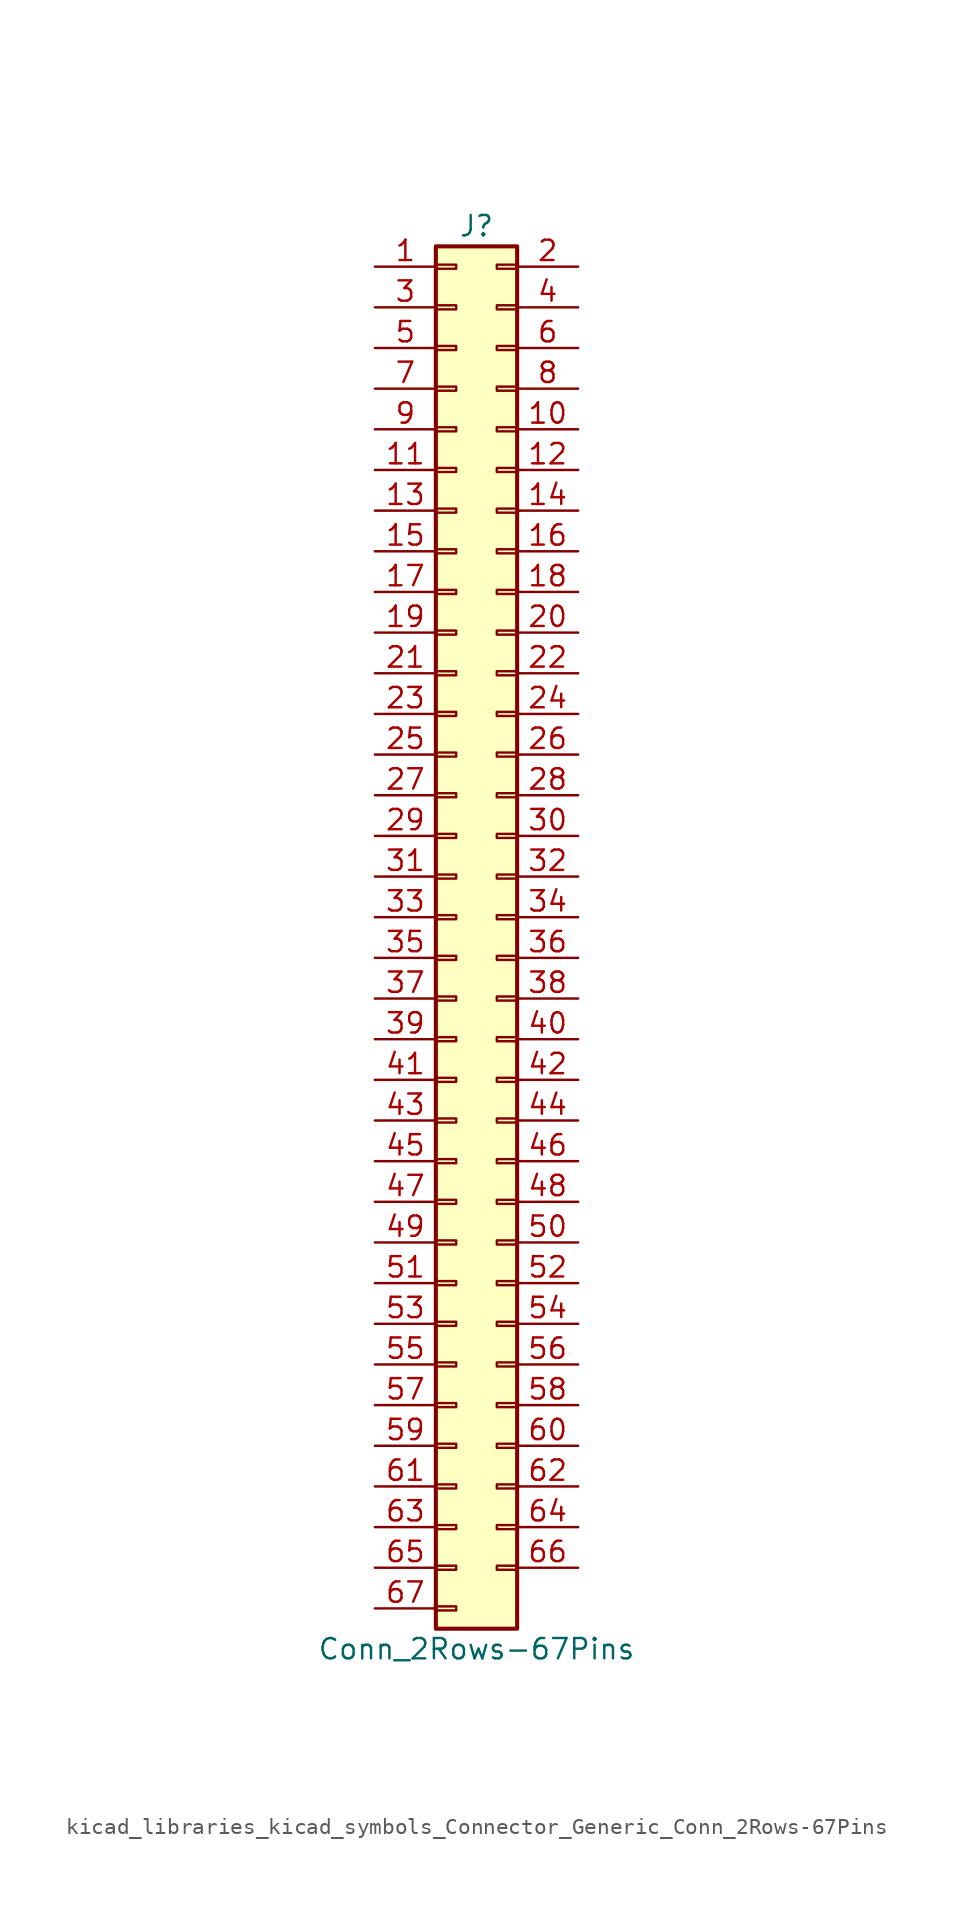
<source format=kicad_sym>
(kicad_symbol_lib
  (version 20220914)
  (generator kicad_symbol_editor)
  (symbol "kicad_libraries_kicad_symbols_Connector_Generic_Conn_2Rows-67Pins"
    (pin_names
      (offset 1.016) hide)
    (property "Reference" "J"
      (at 1.27 43.18 0)
      (effects (font (size 1.27 1.27))))
    (property "Value" "Conn_2Rows-67Pins"
      (at 1.27 -45.72 0)
      (effects (font (size 1.27 1.27))))
    (symbol "kicad_libraries_kicad_symbols_Connector_Generic_Conn_2Rows-67Pins_1_1"
      (rectangle (start -1.27 -43.053) (end 0 -43.307) (stroke (width 0.152) (type default)) (fill (type none)))
      (rectangle (start -1.27 -40.513) (end 0 -40.767) (stroke (width 0.152) (type default)) (fill (type none)))
      (rectangle (start -1.27 -37.973) (end 0 -38.227) (stroke (width 0.152) (type default)) (fill (type none)))
      (rectangle (start -1.27 -35.433) (end 0 -35.687) (stroke (width 0.152) (type default)) (fill (type none)))
      (rectangle (start -1.27 -32.893) (end 0 -33.147) (stroke (width 0.152) (type default)) (fill (type none)))
      (rectangle (start -1.27 -30.353) (end 0 -30.607) (stroke (width 0.152) (type default)) (fill (type none)))
      (rectangle (start -1.27 -27.813) (end 0 -28.067) (stroke (width 0.152) (type default)) (fill (type none)))
      (rectangle (start -1.27 -25.273) (end 0 -25.527) (stroke (width 0.152) (type default)) (fill (type none)))
      (rectangle (start -1.27 -22.733) (end 0 -22.987) (stroke (width 0.152) (type default)) (fill (type none)))
      (rectangle (start -1.27 -20.193) (end 0 -20.447) (stroke (width 0.152) (type default)) (fill (type none)))
      (rectangle (start -1.27 -17.653) (end 0 -17.907) (stroke (width 0.152) (type default)) (fill (type none)))
      (rectangle (start -1.27 -15.113) (end 0 -15.367) (stroke (width 0.152) (type default)) (fill (type none)))
      (rectangle (start -1.27 -12.573) (end 0 -12.827) (stroke (width 0.152) (type default)) (fill (type none)))
      (rectangle (start -1.27 -10.033) (end 0 -10.287) (stroke (width 0.152) (type default)) (fill (type none)))
      (rectangle (start -1.27 -7.493) (end 0 -7.747) (stroke (width 0.152) (type default)) (fill (type none)))
      (rectangle (start -1.27 -4.953) (end 0 -5.207) (stroke (width 0.152) (type default)) (fill (type none)))
      (rectangle (start -1.27 -2.413) (end 0 -2.667) (stroke (width 0.152) (type default)) (fill (type none)))
      (rectangle (start -1.27 0.127) (end 0 -0.127) (stroke (width 0.152) (type default)) (fill (type none)))
      (rectangle (start -1.27 2.667) (end 0 2.413) (stroke (width 0.152) (type default)) (fill (type none)))
      (rectangle (start -1.27 5.207) (end 0 4.953) (stroke (width 0.152) (type default)) (fill (type none)))
      (rectangle (start -1.27 7.747) (end 0 7.493) (stroke (width 0.152) (type default)) (fill (type none)))
      (rectangle (start -1.27 10.287) (end 0 10.033) (stroke (width 0.152) (type default)) (fill (type none)))
      (rectangle (start -1.27 12.827) (end 0 12.573) (stroke (width 0.152) (type default)) (fill (type none)))
      (rectangle (start -1.27 15.367) (end 0 15.113) (stroke (width 0.152) (type default)) (fill (type none)))
      (rectangle (start -1.27 17.907) (end 0 17.653) (stroke (width 0.152) (type default)) (fill (type none)))
      (rectangle (start -1.27 20.447) (end 0 20.193) (stroke (width 0.152) (type default)) (fill (type none)))
      (rectangle (start -1.27 22.987) (end 0 22.733) (stroke (width 0.152) (type default)) (fill (type none)))
      (rectangle (start -1.27 25.527) (end 0 25.273) (stroke (width 0.152) (type default)) (fill (type none)))
      (rectangle (start -1.27 28.067) (end 0 27.813) (stroke (width 0.152) (type default)) (fill (type none)))
      (rectangle (start -1.27 30.607) (end 0 30.353) (stroke (width 0.152) (type default)) (fill (type none)))
      (rectangle (start -1.27 33.147) (end 0 32.893) (stroke (width 0.152) (type default)) (fill (type none)))
      (rectangle (start -1.27 35.687) (end 0 35.433) (stroke (width 0.152) (type default)) (fill (type none)))
      (rectangle (start -1.27 38.227) (end 0 37.973) (stroke (width 0.152) (type default)) (fill (type none)))
      (rectangle (start -1.27 40.767) (end 0 40.513) (stroke (width 0.152) (type default)) (fill (type none)))
      (rectangle (start -1.27 41.91) (end 3.81 -44.45) (stroke (width 0.254) (type default)) (fill (type background)))
      (rectangle (start 3.81 -40.513) (end 2.54 -40.767) (stroke (width 0.152) (type default)) (fill (type none)))
      (rectangle (start 3.81 -37.973) (end 2.54 -38.227) (stroke (width 0.152) (type default)) (fill (type none)))
      (rectangle (start 3.81 -35.433) (end 2.54 -35.687) (stroke (width 0.152) (type default)) (fill (type none)))
      (rectangle (start 3.81 -32.893) (end 2.54 -33.147) (stroke (width 0.152) (type default)) (fill (type none)))
      (rectangle (start 3.81 -30.353) (end 2.54 -30.607) (stroke (width 0.152) (type default)) (fill (type none)))
      (rectangle (start 3.81 -27.813) (end 2.54 -28.067) (stroke (width 0.152) (type default)) (fill (type none)))
      (rectangle (start 3.81 -25.273) (end 2.54 -25.527) (stroke (width 0.152) (type default)) (fill (type none)))
      (rectangle (start 3.81 -22.733) (end 2.54 -22.987) (stroke (width 0.152) (type default)) (fill (type none)))
      (rectangle (start 3.81 -20.193) (end 2.54 -20.447) (stroke (width 0.152) (type default)) (fill (type none)))
      (rectangle (start 3.81 -17.653) (end 2.54 -17.907) (stroke (width 0.152) (type default)) (fill (type none)))
      (rectangle (start 3.81 -15.113) (end 2.54 -15.367) (stroke (width 0.152) (type default)) (fill (type none)))
      (rectangle (start 3.81 -12.573) (end 2.54 -12.827) (stroke (width 0.152) (type default)) (fill (type none)))
      (rectangle (start 3.81 -10.033) (end 2.54 -10.287) (stroke (width 0.152) (type default)) (fill (type none)))
      (rectangle (start 3.81 -7.493) (end 2.54 -7.747) (stroke (width 0.152) (type default)) (fill (type none)))
      (rectangle (start 3.81 -4.953) (end 2.54 -5.207) (stroke (width 0.152) (type default)) (fill (type none)))
      (rectangle (start 3.81 -2.413) (end 2.54 -2.667) (stroke (width 0.152) (type default)) (fill (type none)))
      (rectangle (start 3.81 0.127) (end 2.54 -0.127) (stroke (width 0.152) (type default)) (fill (type none)))
      (rectangle (start 3.81 2.667) (end 2.54 2.413) (stroke (width 0.152) (type default)) (fill (type none)))
      (rectangle (start 3.81 5.207) (end 2.54 4.953) (stroke (width 0.152) (type default)) (fill (type none)))
      (rectangle (start 3.81 7.747) (end 2.54 7.493) (stroke (width 0.152) (type default)) (fill (type none)))
      (rectangle (start 3.81 10.287) (end 2.54 10.033) (stroke (width 0.152) (type default)) (fill (type none)))
      (rectangle (start 3.81 12.827) (end 2.54 12.573) (stroke (width 0.152) (type default)) (fill (type none)))
      (rectangle (start 3.81 15.367) (end 2.54 15.113) (stroke (width 0.152) (type default)) (fill (type none)))
      (rectangle (start 3.81 17.907) (end 2.54 17.653) (stroke (width 0.152) (type default)) (fill (type none)))
      (rectangle (start 3.81 20.447) (end 2.54 20.193) (stroke (width 0.152) (type default)) (fill (type none)))
      (rectangle (start 3.81 22.987) (end 2.54 22.733) (stroke (width 0.152) (type default)) (fill (type none)))
      (rectangle (start 3.81 25.527) (end 2.54 25.273) (stroke (width 0.152) (type default)) (fill (type none)))
      (rectangle (start 3.81 28.067) (end 2.54 27.813) (stroke (width 0.152) (type default)) (fill (type none)))
      (rectangle (start 3.81 30.607) (end 2.54 30.353) (stroke (width 0.152) (type default)) (fill (type none)))
      (rectangle (start 3.81 33.147) (end 2.54 32.893) (stroke (width 0.152) (type default)) (fill (type none)))
      (rectangle (start 3.81 35.687) (end 2.54 35.433) (stroke (width 0.152) (type default)) (fill (type none)))
      (rectangle (start 3.81 38.227) (end 2.54 37.973) (stroke (width 0.152) (type default)) (fill (type none)))
      (rectangle (start 3.81 40.767) (end 2.54 40.513) (stroke (width 0.152) (type default)) (fill (type none)))
      (pin passive line (at -5.08 40.64 0) (length 3.81) (name "Pin_1" (effects (font (size 1.27 1.27)))) (number "1" (effects (font (size 1.27 1.27)))))
      (pin passive line (at 7.62 30.48 180) (length 3.81) (name "Pin_10" (effects (font (size 1.27 1.27)))) (number "10" (effects (font (size 1.27 1.27)))))
      (pin passive line (at -5.08 27.94 0) (length 3.81) (name "Pin_11" (effects (font (size 1.27 1.27)))) (number "11" (effects (font (size 1.27 1.27)))))
      (pin passive line (at 7.62 27.94 180) (length 3.81) (name "Pin_12" (effects (font (size 1.27 1.27)))) (number "12" (effects (font (size 1.27 1.27)))))
      (pin passive line (at -5.08 25.4 0) (length 3.81) (name "Pin_13" (effects (font (size 1.27 1.27)))) (number "13" (effects (font (size 1.27 1.27)))))
      (pin passive line (at 7.62 25.4 180) (length 3.81) (name "Pin_14" (effects (font (size 1.27 1.27)))) (number "14" (effects (font (size 1.27 1.27)))))
      (pin passive line (at -5.08 22.86 0) (length 3.81) (name "Pin_15" (effects (font (size 1.27 1.27)))) (number "15" (effects (font (size 1.27 1.27)))))
      (pin passive line (at 7.62 22.86 180) (length 3.81) (name "Pin_16" (effects (font (size 1.27 1.27)))) (number "16" (effects (font (size 1.27 1.27)))))
      (pin passive line (at -5.08 20.32 0) (length 3.81) (name "Pin_17" (effects (font (size 1.27 1.27)))) (number "17" (effects (font (size 1.27 1.27)))))
      (pin passive line (at 7.62 20.32 180) (length 3.81) (name "Pin_18" (effects (font (size 1.27 1.27)))) (number "18" (effects (font (size 1.27 1.27)))))
      (pin passive line (at -5.08 17.78 0) (length 3.81) (name "Pin_19" (effects (font (size 1.27 1.27)))) (number "19" (effects (font (size 1.27 1.27)))))
      (pin passive line (at 7.62 40.64 180) (length 3.81) (name "Pin_2" (effects (font (size 1.27 1.27)))) (number "2" (effects (font (size 1.27 1.27)))))
      (pin passive line (at 7.62 17.78 180) (length 3.81) (name "Pin_20" (effects (font (size 1.27 1.27)))) (number "20" (effects (font (size 1.27 1.27)))))
      (pin passive line (at -5.08 15.24 0) (length 3.81) (name "Pin_21" (effects (font (size 1.27 1.27)))) (number "21" (effects (font (size 1.27 1.27)))))
      (pin passive line (at 7.62 15.24 180) (length 3.81) (name "Pin_22" (effects (font (size 1.27 1.27)))) (number "22" (effects (font (size 1.27 1.27)))))
      (pin passive line (at -5.08 12.7 0) (length 3.81) (name "Pin_23" (effects (font (size 1.27 1.27)))) (number "23" (effects (font (size 1.27 1.27)))))
      (pin passive line (at 7.62 12.7 180) (length 3.81) (name "Pin_24" (effects (font (size 1.27 1.27)))) (number "24" (effects (font (size 1.27 1.27)))))
      (pin passive line (at -5.08 10.16 0) (length 3.81) (name "Pin_25" (effects (font (size 1.27 1.27)))) (number "25" (effects (font (size 1.27 1.27)))))
      (pin passive line (at 7.62 10.16 180) (length 3.81) (name "Pin_26" (effects (font (size 1.27 1.27)))) (number "26" (effects (font (size 1.27 1.27)))))
      (pin passive line (at -5.08 7.62 0) (length 3.81) (name "Pin_27" (effects (font (size 1.27 1.27)))) (number "27" (effects (font (size 1.27 1.27)))))
      (pin passive line (at 7.62 7.62 180) (length 3.81) (name "Pin_28" (effects (font (size 1.27 1.27)))) (number "28" (effects (font (size 1.27 1.27)))))
      (pin passive line (at -5.08 5.08 0) (length 3.81) (name "Pin_29" (effects (font (size 1.27 1.27)))) (number "29" (effects (font (size 1.27 1.27)))))
      (pin passive line (at -5.08 38.1 0) (length 3.81) (name "Pin_3" (effects (font (size 1.27 1.27)))) (number "3" (effects (font (size 1.27 1.27)))))
      (pin passive line (at 7.62 5.08 180) (length 3.81) (name "Pin_30" (effects (font (size 1.27 1.27)))) (number "30" (effects (font (size 1.27 1.27)))))
      (pin passive line (at -5.08 2.54 0) (length 3.81) (name "Pin_31" (effects (font (size 1.27 1.27)))) (number "31" (effects (font (size 1.27 1.27)))))
      (pin passive line (at 7.62 2.54 180) (length 3.81) (name "Pin_32" (effects (font (size 1.27 1.27)))) (number "32" (effects (font (size 1.27 1.27)))))
      (pin passive line (at -5.08 0 0) (length 3.81) (name "Pin_33" (effects (font (size 1.27 1.27)))) (number "33" (effects (font (size 1.27 1.27)))))
      (pin passive line (at 7.62 0 180) (length 3.81) (name "Pin_34" (effects (font (size 1.27 1.27)))) (number "34" (effects (font (size 1.27 1.27)))))
      (pin passive line (at -5.08 -2.54 0) (length 3.81) (name "Pin_35" (effects (font (size 1.27 1.27)))) (number "35" (effects (font (size 1.27 1.27)))))
      (pin passive line (at 7.62 -2.54 180) (length 3.81) (name "Pin_36" (effects (font (size 1.27 1.27)))) (number "36" (effects (font (size 1.27 1.27)))))
      (pin passive line (at -5.08 -5.08 0) (length 3.81) (name "Pin_37" (effects (font (size 1.27 1.27)))) (number "37" (effects (font (size 1.27 1.27)))))
      (pin passive line (at 7.62 -5.08 180) (length 3.81) (name "Pin_38" (effects (font (size 1.27 1.27)))) (number "38" (effects (font (size 1.27 1.27)))))
      (pin passive line (at -5.08 -7.62 0) (length 3.81) (name "Pin_39" (effects (font (size 1.27 1.27)))) (number "39" (effects (font (size 1.27 1.27)))))
      (pin passive line (at 7.62 38.1 180) (length 3.81) (name "Pin_4" (effects (font (size 1.27 1.27)))) (number "4" (effects (font (size 1.27 1.27)))))
      (pin passive line (at 7.62 -7.62 180) (length 3.81) (name "Pin_40" (effects (font (size 1.27 1.27)))) (number "40" (effects (font (size 1.27 1.27)))))
      (pin passive line (at -5.08 -10.16 0) (length 3.81) (name "Pin_41" (effects (font (size 1.27 1.27)))) (number "41" (effects (font (size 1.27 1.27)))))
      (pin passive line (at 7.62 -10.16 180) (length 3.81) (name "Pin_42" (effects (font (size 1.27 1.27)))) (number "42" (effects (font (size 1.27 1.27)))))
      (pin passive line (at -5.08 -12.7 0) (length 3.81) (name "Pin_43" (effects (font (size 1.27 1.27)))) (number "43" (effects (font (size 1.27 1.27)))))
      (pin passive line (at 7.62 -12.7 180) (length 3.81) (name "Pin_44" (effects (font (size 1.27 1.27)))) (number "44" (effects (font (size 1.27 1.27)))))
      (pin passive line (at -5.08 -15.24 0) (length 3.81) (name "Pin_45" (effects (font (size 1.27 1.27)))) (number "45" (effects (font (size 1.27 1.27)))))
      (pin passive line (at 7.62 -15.24 180) (length 3.81) (name "Pin_46" (effects (font (size 1.27 1.27)))) (number "46" (effects (font (size 1.27 1.27)))))
      (pin passive line (at -5.08 -17.78 0) (length 3.81) (name "Pin_47" (effects (font (size 1.27 1.27)))) (number "47" (effects (font (size 1.27 1.27)))))
      (pin passive line (at 7.62 -17.78 180) (length 3.81) (name "Pin_48" (effects (font (size 1.27 1.27)))) (number "48" (effects (font (size 1.27 1.27)))))
      (pin passive line (at -5.08 -20.32 0) (length 3.81) (name "Pin_49" (effects (font (size 1.27 1.27)))) (number "49" (effects (font (size 1.27 1.27)))))
      (pin passive line (at -5.08 35.56 0) (length 3.81) (name "Pin_5" (effects (font (size 1.27 1.27)))) (number "5" (effects (font (size 1.27 1.27)))))
      (pin passive line (at 7.62 -20.32 180) (length 3.81) (name "Pin_50" (effects (font (size 1.27 1.27)))) (number "50" (effects (font (size 1.27 1.27)))))
      (pin passive line (at -5.08 -22.86 0) (length 3.81) (name "Pin_51" (effects (font (size 1.27 1.27)))) (number "51" (effects (font (size 1.27 1.27)))))
      (pin passive line (at 7.62 -22.86 180) (length 3.81) (name "Pin_52" (effects (font (size 1.27 1.27)))) (number "52" (effects (font (size 1.27 1.27)))))
      (pin passive line (at -5.08 -25.4 0) (length 3.81) (name "Pin_53" (effects (font (size 1.27 1.27)))) (number "53" (effects (font (size 1.27 1.27)))))
      (pin passive line (at 7.62 -25.4 180) (length 3.81) (name "Pin_54" (effects (font (size 1.27 1.27)))) (number "54" (effects (font (size 1.27 1.27)))))
      (pin passive line (at -5.08 -27.94 0) (length 3.81) (name "Pin_55" (effects (font (size 1.27 1.27)))) (number "55" (effects (font (size 1.27 1.27)))))
      (pin passive line (at 7.62 -27.94 180) (length 3.81) (name "Pin_56" (effects (font (size 1.27 1.27)))) (number "56" (effects (font (size 1.27 1.27)))))
      (pin passive line (at -5.08 -30.48 0) (length 3.81) (name "Pin_57" (effects (font (size 1.27 1.27)))) (number "57" (effects (font (size 1.27 1.27)))))
      (pin passive line (at 7.62 -30.48 180) (length 3.81) (name "Pin_58" (effects (font (size 1.27 1.27)))) (number "58" (effects (font (size 1.27 1.27)))))
      (pin passive line (at -5.08 -33.02 0) (length 3.81) (name "Pin_59" (effects (font (size 1.27 1.27)))) (number "59" (effects (font (size 1.27 1.27)))))
      (pin passive line (at 7.62 35.56 180) (length 3.81) (name "Pin_6" (effects (font (size 1.27 1.27)))) (number "6" (effects (font (size 1.27 1.27)))))
      (pin passive line (at 7.62 -33.02 180) (length 3.81) (name "Pin_60" (effects (font (size 1.27 1.27)))) (number "60" (effects (font (size 1.27 1.27)))))
      (pin passive line (at -5.08 -35.56 0) (length 3.81) (name "Pin_61" (effects (font (size 1.27 1.27)))) (number "61" (effects (font (size 1.27 1.27)))))
      (pin passive line (at 7.62 -35.56 180) (length 3.81) (name "Pin_62" (effects (font (size 1.27 1.27)))) (number "62" (effects (font (size 1.27 1.27)))))
      (pin passive line (at -5.08 -38.1 0) (length 3.81) (name "Pin_63" (effects (font (size 1.27 1.27)))) (number "63" (effects (font (size 1.27 1.27)))))
      (pin passive line (at 7.62 -38.1 180) (length 3.81) (name "Pin_64" (effects (font (size 1.27 1.27)))) (number "64" (effects (font (size 1.27 1.27)))))
      (pin passive line (at -5.08 -40.64 0) (length 3.81) (name "Pin_65" (effects (font (size 1.27 1.27)))) (number "65" (effects (font (size 1.27 1.27)))))
      (pin passive line (at 7.62 -40.64 180) (length 3.81) (name "Pin_66" (effects (font (size 1.27 1.27)))) (number "66" (effects (font (size 1.27 1.27)))))
      (pin passive line (at -5.08 -43.18 0) (length 3.81) (name "Pin_67" (effects (font (size 1.27 1.27)))) (number "67" (effects (font (size 1.27 1.27)))))
      (pin passive line (at -5.08 33.02 0) (length 3.81) (name "Pin_7" (effects (font (size 1.27 1.27)))) (number "7" (effects (font (size 1.27 1.27)))))
      (pin passive line (at 7.62 33.02 180) (length 3.81) (name "Pin_8" (effects (font (size 1.27 1.27)))) (number "8" (effects (font (size 1.27 1.27)))))
      (pin passive line (at -5.08 30.48 0) (length 3.81) (name "Pin_9" (effects (font (size 1.27 1.27)))) (number "9" (effects (font (size 1.27 1.27))))))))
</source>
